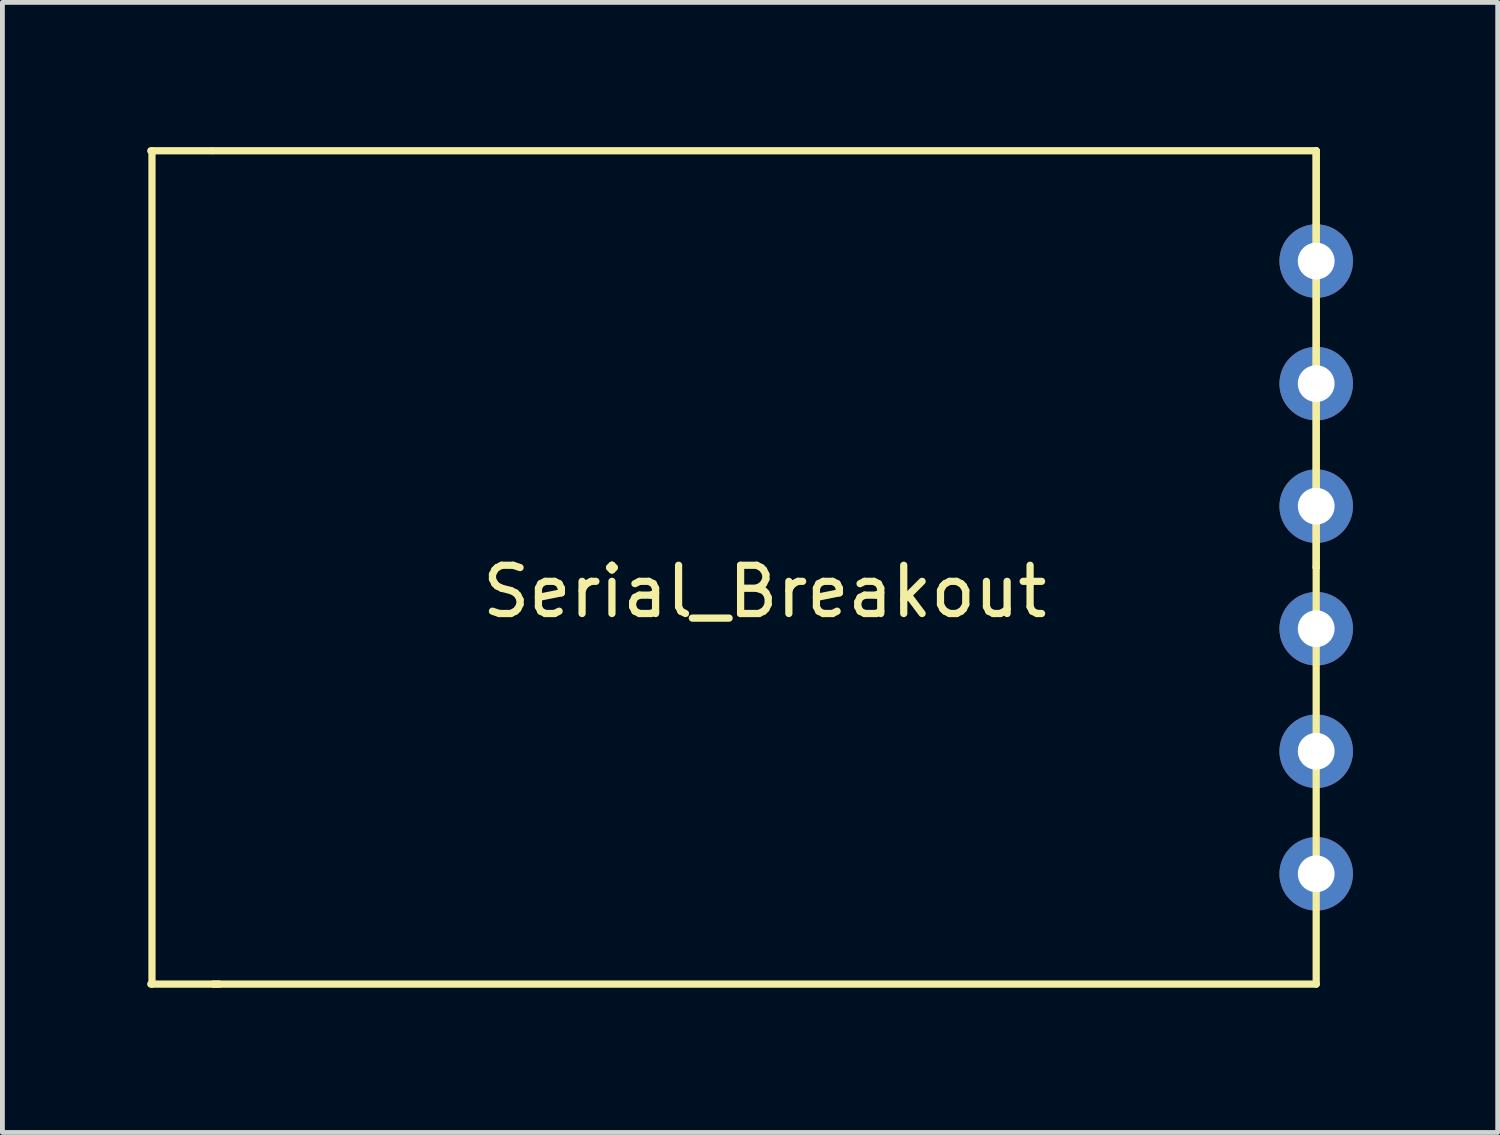
<source format=kicad_pcb>
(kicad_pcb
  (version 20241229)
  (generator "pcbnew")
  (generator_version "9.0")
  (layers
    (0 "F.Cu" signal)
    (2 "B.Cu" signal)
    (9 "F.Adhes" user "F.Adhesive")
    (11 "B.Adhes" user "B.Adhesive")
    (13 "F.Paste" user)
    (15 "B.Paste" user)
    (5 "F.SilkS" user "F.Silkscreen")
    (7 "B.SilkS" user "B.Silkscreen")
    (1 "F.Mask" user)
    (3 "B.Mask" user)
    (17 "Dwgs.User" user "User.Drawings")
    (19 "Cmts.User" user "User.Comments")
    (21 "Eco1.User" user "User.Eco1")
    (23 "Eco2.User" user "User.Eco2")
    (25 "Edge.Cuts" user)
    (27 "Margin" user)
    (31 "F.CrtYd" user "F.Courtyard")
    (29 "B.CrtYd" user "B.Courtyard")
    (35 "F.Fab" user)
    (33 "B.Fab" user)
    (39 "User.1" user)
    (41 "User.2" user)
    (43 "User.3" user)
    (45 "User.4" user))
  (footprint "Serial_Breakout"
    (layer "F.Cu")
    (at 12.8 8.711)
    (property "Reference" "Serial_Breakout" (at 0 0.5 0) (layer "F.SilkS") (effects (font (size 1 1) (thickness 0.15))))
    (attr through_hole)
    (fp_line (start -12.7 8.636) (end -12.7 -8.636) (stroke (width 0.15) (type solid)) (layer "F.SilkS"))
    (fp_line (start -11.455 -8.636) (end -12.725 -8.636) (stroke (width 0.15) (type solid)) (layer "F.SilkS"))
    (fp_line (start -11.43 -8.636) (end 11.43 -8.636) (stroke (width 0.15) (type solid)) (layer "F.SilkS"))
    (fp_line (start -11.303 8.636) (end -12.725 8.636) (stroke (width 0.15) (type solid)) (layer "F.SilkS"))
    (fp_line (start 11.43 -8.636) (end 11.43 0) (stroke (width 0.15) (type solid)) (layer "F.SilkS"))
    (fp_line (start 11.43 0) (end 11.43 -8.636) (stroke (width 0.15) (type solid)) (layer "F.SilkS"))
    (fp_line (start 11.43 0) (end 11.43 8.636) (stroke (width 0.15) (type solid)) (layer "F.SilkS"))
    (fp_line (start 11.43 8.636) (end -11.43 8.636) (stroke (width 0.15) (type solid)) (layer "F.SilkS"))
    (pad "1" thru_hole circle (at 11.43 6.35) (size 1.524 1.524) (drill 0.762) (layers "*.Cu" "*.Mask"))
    (pad "2" thru_hole circle (at 11.43 3.81) (size 1.524 1.524) (drill 0.762) (layers "*.Cu" "*.Mask"))
    (pad "3" thru_hole circle (at 11.43 1.27) (size 1.524 1.524) (drill 0.762) (layers "*.Cu" "*.Mask"))
    (pad "4" thru_hole circle (at 11.43 -1.27) (size 1.524 1.524) (drill 0.762) (layers "*.Cu" "*.Mask"))
    (pad "5" thru_hole circle (at 11.43 -3.81) (size 1.524 1.524) (drill 0.762) (layers "*.Cu" "*.Mask"))
    (pad "6" thru_hole circle (at 11.43 -6.35) (size 1.524 1.524) (drill 0.762) (layers "*.Cu" "*.Mask")))
  (gr_rect
    (start -3 -3)
    (end 27.992 20.422)
    (stroke (width 0.1) (type default))
    (fill no)
    (layer "Edge.Cuts")))
</source>
